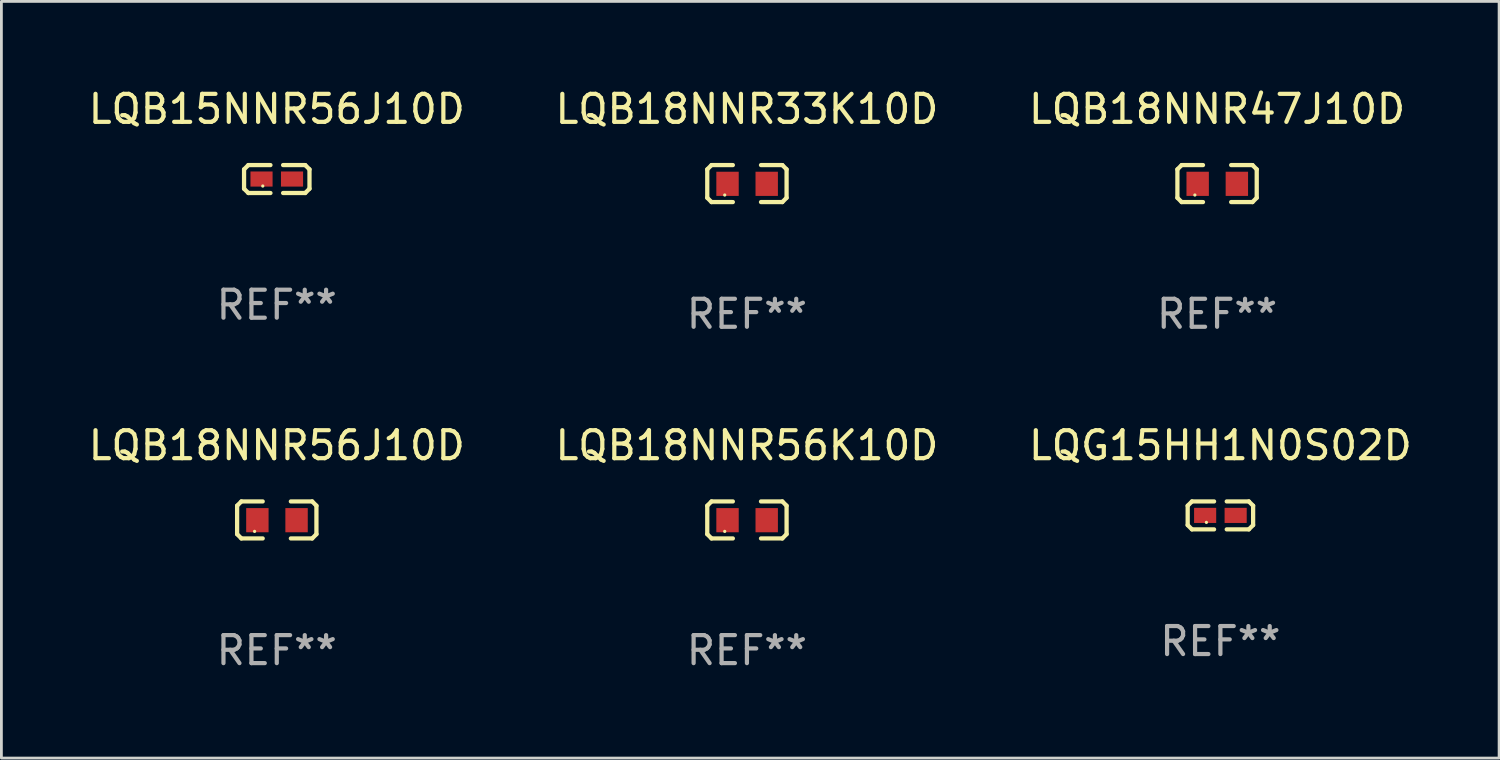
<source format=kicad_pcb>
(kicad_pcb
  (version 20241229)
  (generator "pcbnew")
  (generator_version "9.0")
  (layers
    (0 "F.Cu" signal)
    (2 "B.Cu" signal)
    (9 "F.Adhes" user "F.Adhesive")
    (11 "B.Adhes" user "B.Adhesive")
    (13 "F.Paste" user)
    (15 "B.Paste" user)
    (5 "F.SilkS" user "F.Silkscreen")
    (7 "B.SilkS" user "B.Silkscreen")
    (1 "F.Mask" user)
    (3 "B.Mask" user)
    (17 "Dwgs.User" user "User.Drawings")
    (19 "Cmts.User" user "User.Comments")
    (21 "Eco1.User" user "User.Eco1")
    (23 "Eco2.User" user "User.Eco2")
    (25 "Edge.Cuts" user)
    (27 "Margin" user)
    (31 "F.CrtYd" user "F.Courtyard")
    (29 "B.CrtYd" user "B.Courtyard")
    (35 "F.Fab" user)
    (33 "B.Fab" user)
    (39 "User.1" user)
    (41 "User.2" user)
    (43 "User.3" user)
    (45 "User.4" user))
  (footprint "LQB18NNR56K10D"
    (layer "F.Cu")
    (at 23.637 15.527)
    (property "Reference" "LQB18NNR56K10D" (at 0 -2.661 0) (layer "F.SilkS") (effects (font (size 1 1) (thickness 0.15))))
    (attr through_hole)
    (fp_line (start -1.417 -0.508) (end -1.265 -0.661) (stroke (width 0.152) (type solid)) (layer "F.SilkS"))
    (fp_line (start -1.417 0.508) (end -1.417 -0.508) (stroke (width 0.152) (type solid)) (layer "F.SilkS"))
    (fp_line (start -1.265 -0.661) (end -0.503 -0.661) (stroke (width 0.152) (type solid)) (layer "F.SilkS"))
    (fp_line (start -1.265 0.661) (end -1.417 0.508) (stroke (width 0.152) (type solid)) (layer "F.SilkS"))
    (fp_line (start -1.265 0.661) (end -0.503 0.661) (stroke (width 0.152) (type solid)) (layer "F.SilkS"))
    (fp_line (start 1.265 -0.661) (end 0.503 -0.661) (stroke (width 0.152) (type solid)) (layer "F.SilkS"))
    (fp_line (start 1.265 -0.661) (end 1.417 -0.508) (stroke (width 0.152) (type solid)) (layer "F.SilkS"))
    (fp_line (start 1.265 0.661) (end 0.503 0.661) (stroke (width 0.152) (type solid)) (layer "F.SilkS"))
    (fp_line (start 1.417 -0.508) (end 1.417 0.508) (stroke (width 0.152) (type solid)) (layer "F.SilkS"))
    (fp_line (start 1.417 0.508) (end 1.265 0.661) (stroke (width 0.152) (type solid)) (layer "F.SilkS"))
    (fp_circle (center -0.793 0.409) (end -0.763 0.409) (stroke (width 0.06) (type solid)) (fill no) (layer "F.SilkS"))
    (fp_text user "REF**" (at 0 4.661 0) (layer "F.Fab") (effects (font (size 1 1) (thickness 0.15))))
    (pad "1" smd rect (at -0.693 0.009 180) (size 0.8 0.864) (layers "F.Cu" "F.Mask" "F.Paste"))
    (pad "2" smd rect (at 0.707 0.009 180) (size 0.8 0.864) (layers "F.Cu" "F.Mask" "F.Paste")))
  (footprint "LQB18NNR33K10D"
    (layer "F.Cu")
    (at 23.637 3.509)
    (property "Reference" "LQB18NNR33K10D" (at 0 -2.661 0) (layer "F.SilkS") (effects (font (size 1 1) (thickness 0.15))))
    (attr through_hole)
    (fp_line (start -1.417 -0.508) (end -1.265 -0.661) (stroke (width 0.152) (type solid)) (layer "F.SilkS"))
    (fp_line (start -1.417 0.508) (end -1.417 -0.508) (stroke (width 0.152) (type solid)) (layer "F.SilkS"))
    (fp_line (start -1.265 -0.661) (end -0.503 -0.661) (stroke (width 0.152) (type solid)) (layer "F.SilkS"))
    (fp_line (start -1.265 0.661) (end -1.417 0.508) (stroke (width 0.152) (type solid)) (layer "F.SilkS"))
    (fp_line (start -1.265 0.661) (end -0.503 0.661) (stroke (width 0.152) (type solid)) (layer "F.SilkS"))
    (fp_line (start 1.265 -0.661) (end 0.503 -0.661) (stroke (width 0.152) (type solid)) (layer "F.SilkS"))
    (fp_line (start 1.265 -0.661) (end 1.417 -0.508) (stroke (width 0.152) (type solid)) (layer "F.SilkS"))
    (fp_line (start 1.265 0.661) (end 0.503 0.661) (stroke (width 0.152) (type solid)) (layer "F.SilkS"))
    (fp_line (start 1.417 -0.508) (end 1.417 0.508) (stroke (width 0.152) (type solid)) (layer "F.SilkS"))
    (fp_line (start 1.417 0.508) (end 1.265 0.661) (stroke (width 0.152) (type solid)) (layer "F.SilkS"))
    (fp_circle (center -0.793 0.409) (end -0.763 0.409) (stroke (width 0.06) (type solid)) (fill no) (layer "F.SilkS"))
    (fp_text user "REF**" (at 0 4.661 0) (layer "F.Fab") (effects (font (size 1 1) (thickness 0.15))))
    (pad "1" smd rect (at -0.693 0.009 180) (size 0.8 0.864) (layers "F.Cu" "F.Mask" "F.Paste"))
    (pad "2" smd rect (at 0.707 0.009 180) (size 0.8 0.864) (layers "F.Cu" "F.Mask" "F.Paste")))
  (footprint "LQG15HH1N0S02D"
    (layer "F.Cu")
    (at 40.554 15.365)
    (property "Reference" "LQG15HH1N0S02D" (at 0 -2.499 0) (layer "F.SilkS") (effects (font (size 1 1) (thickness 0.15))))
    (attr through_hole)
    (fp_line (start -1.169 -0.346) (end -1.016 -0.499) (stroke (width 0.152) (type solid)) (layer "F.SilkS"))
    (fp_line (start -1.169 0.346) (end -1.169 -0.346) (stroke (width 0.152) (type solid)) (layer "F.SilkS"))
    (fp_line (start -1.016 -0.499) (end -0.226 -0.499) (stroke (width 0.152) (type solid)) (layer "F.SilkS"))
    (fp_line (start -1.016 0.499) (end -1.169 0.346) (stroke (width 0.152) (type solid)) (layer "F.SilkS"))
    (fp_line (start -0.226 0.499) (end -1.016 0.499) (stroke (width 0.152) (type solid)) (layer "F.SilkS"))
    (fp_line (start 0.226 0.499) (end 1.016 0.499) (stroke (width 0.152) (type solid)) (layer "F.SilkS"))
    (fp_line (start 1.016 -0.499) (end 0.226 -0.499) (stroke (width 0.152) (type solid)) (layer "F.SilkS"))
    (fp_line (start 1.016 0.499) (end 1.169 0.346) (stroke (width 0.152) (type solid)) (layer "F.SilkS"))
    (fp_line (start 1.169 -0.346) (end 1.016 -0.499) (stroke (width 0.152) (type solid)) (layer "F.SilkS"))
    (fp_line (start 1.169 0.346) (end 1.169 -0.346) (stroke (width 0.152) (type solid)) (layer "F.SilkS"))
    (fp_circle (center -0.5 0.25) (end -0.47 0.25) (stroke (width 0.06) (type solid)) (fill no) (layer "F.SilkS"))
    (fp_text user "REF**" (at 0 4.499 0) (layer "F.Fab") (effects (font (size 1 1) (thickness 0.15))))
    (pad "1" smd rect (at -0.545 0) (size 0.79 0.54) (layers "F.Cu" "F.Mask" "F.Paste"))
    (pad "2" smd rect (at 0.545 0) (size 0.79 0.54) (layers "F.Cu" "F.Mask" "F.Paste")))
  (footprint "LQB18NNR56J10D"
    (layer "F.Cu")
    (at 6.839 15.527)
    (property "Reference" "LQB18NNR56J10D" (at 0 -2.661 0) (layer "F.SilkS") (effects (font (size 1 1) (thickness 0.15))))
    (attr through_hole)
    (fp_line (start -1.417 -0.508) (end -1.265 -0.661) (stroke (width 0.152) (type solid)) (layer "F.SilkS"))
    (fp_line (start -1.417 0.508) (end -1.417 -0.508) (stroke (width 0.152) (type solid)) (layer "F.SilkS"))
    (fp_line (start -1.265 -0.661) (end -0.503 -0.661) (stroke (width 0.152) (type solid)) (layer "F.SilkS"))
    (fp_line (start -1.265 0.661) (end -1.417 0.508) (stroke (width 0.152) (type solid)) (layer "F.SilkS"))
    (fp_line (start -1.265 0.661) (end -0.503 0.661) (stroke (width 0.152) (type solid)) (layer "F.SilkS"))
    (fp_line (start 1.265 -0.661) (end 0.503 -0.661) (stroke (width 0.152) (type solid)) (layer "F.SilkS"))
    (fp_line (start 1.265 -0.661) (end 1.417 -0.508) (stroke (width 0.152) (type solid)) (layer "F.SilkS"))
    (fp_line (start 1.265 0.661) (end 0.503 0.661) (stroke (width 0.152) (type solid)) (layer "F.SilkS"))
    (fp_line (start 1.417 -0.508) (end 1.417 0.508) (stroke (width 0.152) (type solid)) (layer "F.SilkS"))
    (fp_line (start 1.417 0.508) (end 1.265 0.661) (stroke (width 0.152) (type solid)) (layer "F.SilkS"))
    (fp_circle (center -0.793 0.409) (end -0.763 0.409) (stroke (width 0.06) (type solid)) (fill no) (layer "F.SilkS"))
    (fp_text user "REF**" (at 0 4.661 0) (layer "F.Fab") (effects (font (size 1 1) (thickness 0.15))))
    (pad "1" smd rect (at -0.693 0.009 180) (size 0.8 0.864) (layers "F.Cu" "F.Mask" "F.Paste"))
    (pad "2" smd rect (at 0.707 0.009 180) (size 0.8 0.864) (layers "F.Cu" "F.Mask" "F.Paste")))
  (footprint "LQB15NNR56J10D"
    (layer "F.Cu")
    (at 6.839 3.347)
    (property "Reference" "LQB15NNR56J10D" (at 0 -2.499 0) (layer "F.SilkS") (effects (font (size 1 1) (thickness 0.15))))
    (attr through_hole)
    (fp_line (start -1.169 -0.346) (end -1.016 -0.499) (stroke (width 0.152) (type solid)) (layer "F.SilkS"))
    (fp_line (start -1.169 0.346) (end -1.169 -0.346) (stroke (width 0.152) (type solid)) (layer "F.SilkS"))
    (fp_line (start -1.016 -0.499) (end -0.226 -0.499) (stroke (width 0.152) (type solid)) (layer "F.SilkS"))
    (fp_line (start -1.016 0.499) (end -1.169 0.346) (stroke (width 0.152) (type solid)) (layer "F.SilkS"))
    (fp_line (start -0.226 0.499) (end -1.016 0.499) (stroke (width 0.152) (type solid)) (layer "F.SilkS"))
    (fp_line (start 0.226 0.499) (end 1.016 0.499) (stroke (width 0.152) (type solid)) (layer "F.SilkS"))
    (fp_line (start 1.016 -0.499) (end 0.226 -0.499) (stroke (width 0.152) (type solid)) (layer "F.SilkS"))
    (fp_line (start 1.016 0.499) (end 1.169 0.346) (stroke (width 0.152) (type solid)) (layer "F.SilkS"))
    (fp_line (start 1.169 -0.346) (end 1.016 -0.499) (stroke (width 0.152) (type solid)) (layer "F.SilkS"))
    (fp_line (start 1.169 0.346) (end 1.169 -0.346) (stroke (width 0.152) (type solid)) (layer "F.SilkS"))
    (fp_circle (center -0.5 0.25) (end -0.47 0.25) (stroke (width 0.06) (type solid)) (fill no) (layer "F.SilkS"))
    (fp_text user "REF**" (at 0 4.499 0) (layer "F.Fab") (effects (font (size 1 1) (thickness 0.15))))
    (pad "1" smd rect (at -0.545 0) (size 0.79 0.54) (layers "F.Cu" "F.Mask" "F.Paste"))
    (pad "2" smd rect (at 0.545 0) (size 0.79 0.54) (layers "F.Cu" "F.Mask" "F.Paste")))
  (footprint "LQB18NNR47J10D"
    (layer "F.Cu")
    (at 40.435 3.509)
    (property "Reference" "LQB18NNR47J10D" (at 0 -2.661 0) (layer "F.SilkS") (effects (font (size 1 1) (thickness 0.15))))
    (attr through_hole)
    (fp_line (start -1.417 -0.508) (end -1.265 -0.661) (stroke (width 0.152) (type solid)) (layer "F.SilkS"))
    (fp_line (start -1.417 0.508) (end -1.417 -0.508) (stroke (width 0.152) (type solid)) (layer "F.SilkS"))
    (fp_line (start -1.265 -0.661) (end -0.503 -0.661) (stroke (width 0.152) (type solid)) (layer "F.SilkS"))
    (fp_line (start -1.265 0.661) (end -1.417 0.508) (stroke (width 0.152) (type solid)) (layer "F.SilkS"))
    (fp_line (start -1.265 0.661) (end -0.503 0.661) (stroke (width 0.152) (type solid)) (layer "F.SilkS"))
    (fp_line (start 1.265 -0.661) (end 0.503 -0.661) (stroke (width 0.152) (type solid)) (layer "F.SilkS"))
    (fp_line (start 1.265 -0.661) (end 1.417 -0.508) (stroke (width 0.152) (type solid)) (layer "F.SilkS"))
    (fp_line (start 1.265 0.661) (end 0.503 0.661) (stroke (width 0.152) (type solid)) (layer "F.SilkS"))
    (fp_line (start 1.417 -0.508) (end 1.417 0.508) (stroke (width 0.152) (type solid)) (layer "F.SilkS"))
    (fp_line (start 1.417 0.508) (end 1.265 0.661) (stroke (width 0.152) (type solid)) (layer "F.SilkS"))
    (fp_circle (center -0.793 0.409) (end -0.763 0.409) (stroke (width 0.06) (type solid)) (fill no) (layer "F.SilkS"))
    (fp_text user "REF**" (at 0 4.661 0) (layer "F.Fab") (effects (font (size 1 1) (thickness 0.15))))
    (pad "1" smd rect (at -0.693 0.009 180) (size 0.8 0.864) (layers "F.Cu" "F.Mask" "F.Paste"))
    (pad "2" smd rect (at 0.707 0.009 180) (size 0.8 0.864) (layers "F.Cu" "F.Mask" "F.Paste")))
  (gr_rect
    (start -3 -3)
    (end 50.512 24.035)
    (stroke (width 0.1) (type default))
    (fill no)
    (layer "Edge.Cuts")))
</source>
